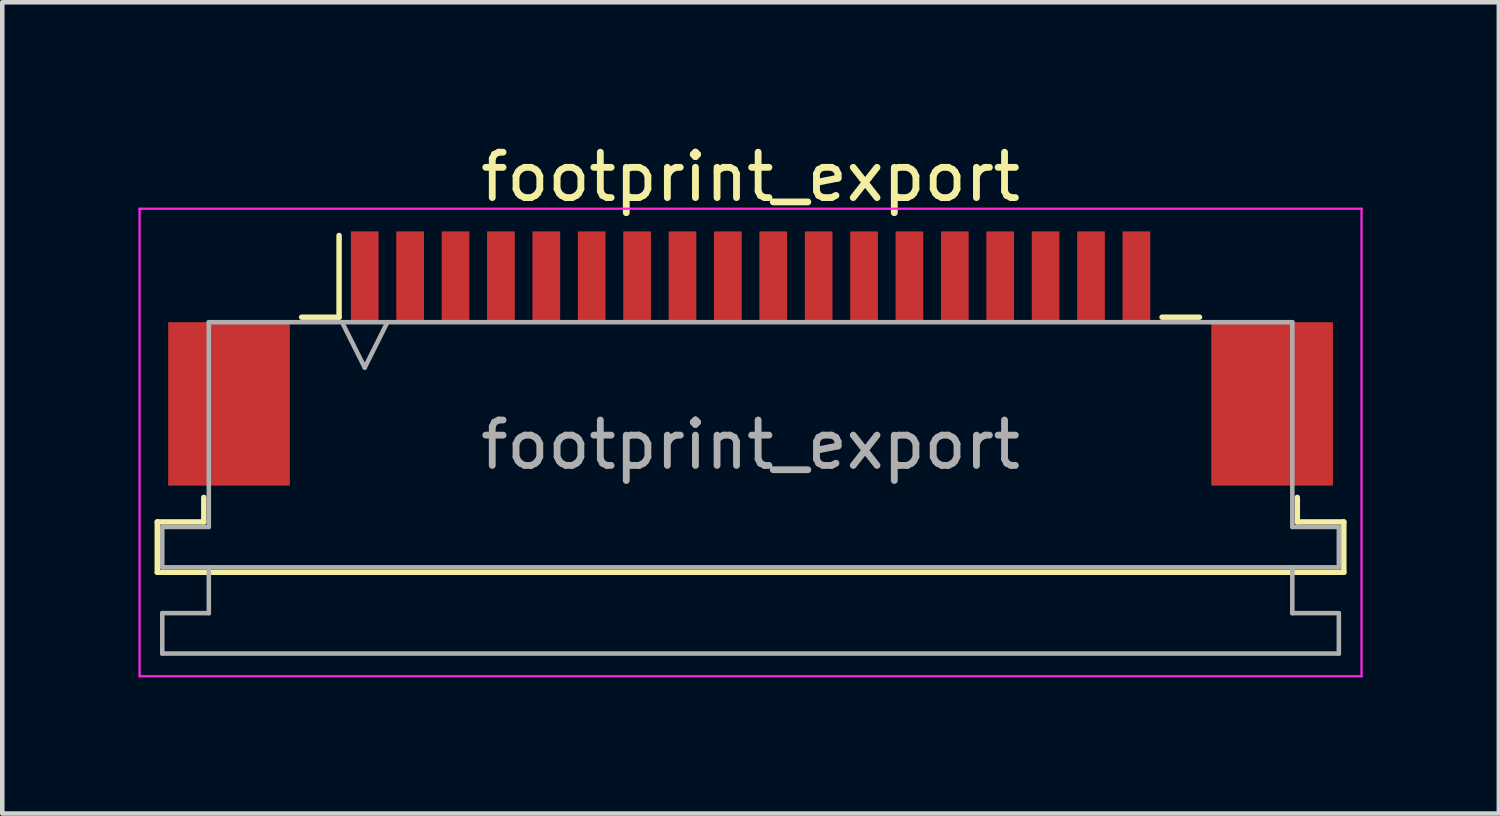
<source format=kicad_pcb>
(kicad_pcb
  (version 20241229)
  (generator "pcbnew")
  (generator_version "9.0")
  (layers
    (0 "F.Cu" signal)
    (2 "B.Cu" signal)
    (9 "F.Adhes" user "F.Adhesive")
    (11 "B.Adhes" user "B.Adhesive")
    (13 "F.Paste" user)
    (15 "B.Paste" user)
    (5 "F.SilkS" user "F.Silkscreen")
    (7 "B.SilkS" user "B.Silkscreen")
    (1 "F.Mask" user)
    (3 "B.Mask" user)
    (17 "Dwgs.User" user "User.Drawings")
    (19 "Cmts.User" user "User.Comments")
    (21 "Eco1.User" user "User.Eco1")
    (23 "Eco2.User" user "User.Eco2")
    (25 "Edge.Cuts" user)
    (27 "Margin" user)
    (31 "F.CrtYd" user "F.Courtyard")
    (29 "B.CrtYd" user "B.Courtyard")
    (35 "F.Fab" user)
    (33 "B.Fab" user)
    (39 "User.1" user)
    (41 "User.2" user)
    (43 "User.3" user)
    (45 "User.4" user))
  (footprint "footprint_export"
    (layer "F.Cu")
    (at 13.485 4.848)
    (property "Reference" "footprint_export" (at 0 -4 0) (layer "F.SilkS") (effects (font (size 1 1) (thickness 0.15))))
    (attr smd)
    (fp_line (start -13.07 3.6) (end -12.045 3.6) (stroke (width 0.12) (type solid)) (layer "F.SilkS"))
    (fp_line (start -13.07 4.71) (end -13.07 3.6) (stroke (width 0.12) (type solid)) (layer "F.SilkS"))
    (fp_line (start -12.045 3.6) (end -12.045 3.06) (stroke (width 0.12) (type solid)) (layer "F.SilkS"))
    (fp_line (start -9.89 -0.91) (end -9.065 -0.91) (stroke (width 0.12) (type solid)) (layer "F.SilkS"))
    (fp_line (start -9.065 -0.91) (end -9.065 -2.71) (stroke (width 0.12) (type solid)) (layer "F.SilkS"))
    (fp_line (start 9.065 -0.91) (end 9.89 -0.91) (stroke (width 0.12) (type solid)) (layer "F.SilkS"))
    (fp_line (start 12.045 3.06) (end 12.045 3.6) (stroke (width 0.12) (type solid)) (layer "F.SilkS"))
    (fp_line (start 12.045 3.6) (end 13.07 3.6) (stroke (width 0.12) (type solid)) (layer "F.SilkS"))
    (fp_line (start 13.07 3.6) (end 13.07 4.71) (stroke (width 0.12) (type solid)) (layer "F.SilkS"))
    (fp_line (start 13.07 4.71) (end -13.07 4.71) (stroke (width 0.12) (type solid)) (layer "F.SilkS"))
    (fp_line (start -13.46 -3.3) (end -13.46 7) (stroke (width 0.05) (type solid)) (layer "F.CrtYd"))
    (fp_line (start -13.46 7) (end 13.46 7) (stroke (width 0.05) (type solid)) (layer "F.CrtYd"))
    (fp_line (start 13.46 -3.3) (end -13.46 -3.3) (stroke (width 0.05) (type solid)) (layer "F.CrtYd"))
    (fp_line (start 13.46 7) (end 13.46 -3.3) (stroke (width 0.05) (type solid)) (layer "F.CrtYd"))
    (fp_line (start -12.96 3.71) (end -11.935 3.71) (stroke (width 0.1) (type solid)) (layer "F.Fab"))
    (fp_line (start -12.96 4.6) (end -12.96 3.71) (stroke (width 0.1) (type solid)) (layer "F.Fab"))
    (fp_line (start -12.96 5.61) (end -11.935 5.61) (stroke (width 0.1) (type solid)) (layer "F.Fab"))
    (fp_line (start -12.96 6.5) (end -12.96 5.61) (stroke (width 0.1) (type solid)) (layer "F.Fab"))
    (fp_line (start -11.935 -0.8) (end 11.935 -0.8) (stroke (width 0.1) (type solid)) (layer "F.Fab"))
    (fp_line (start -11.935 3.71) (end -11.935 -0.8) (stroke (width 0.1) (type solid)) (layer "F.Fab"))
    (fp_line (start -11.935 5.61) (end -11.935 4.6) (stroke (width 0.1) (type solid)) (layer "F.Fab"))
    (fp_line (start -9 -0.8) (end -8.5 0.2) (stroke (width 0.1) (type solid)) (layer "F.Fab"))
    (fp_line (start -8.5 0.2) (end -8 -0.8) (stroke (width 0.1) (type solid)) (layer "F.Fab"))
    (fp_line (start 11.935 -0.8) (end 11.935 3.71) (stroke (width 0.1) (type solid)) (layer "F.Fab"))
    (fp_line (start 11.935 3.71) (end 12.96 3.71) (stroke (width 0.1) (type solid)) (layer "F.Fab"))
    (fp_line (start 11.935 4.6) (end 11.935 5.61) (stroke (width 0.1) (type solid)) (layer "F.Fab"))
    (fp_line (start 11.935 5.61) (end 12.96 5.61) (stroke (width 0.1) (type solid)) (layer "F.Fab"))
    (fp_line (start 12.96 3.71) (end 12.96 4.6) (stroke (width 0.1) (type solid)) (layer "F.Fab"))
    (fp_line (start 12.96 4.6) (end -12.96 4.6) (stroke (width 0.1) (type solid)) (layer "F.Fab"))
    (fp_line (start 12.96 5.61) (end 12.96 6.5) (stroke (width 0.1) (type solid)) (layer "F.Fab"))
    (fp_line (start 12.96 6.5) (end -12.96 6.5) (stroke (width 0.1) (type solid)) (layer "F.Fab"))
    (fp_text user "${REFERENCE}" (at 0 1.9 0) (layer "F.Fab") (effects (font (size 1 1) (thickness 0.15))))
    (pad "1" smd rect (at -8.5 -1.8) (size 0.61 2) (layers "F.Cu" "F.Mask" "F.Paste"))
    (pad "2" smd rect (at -7.5 -1.8) (size 0.61 2) (layers "F.Cu" "F.Mask" "F.Paste"))
    (pad "3" smd rect (at -6.5 -1.8) (size 0.61 2) (layers "F.Cu" "F.Mask" "F.Paste"))
    (pad "4" smd rect (at -5.5 -1.8) (size 0.61 2) (layers "F.Cu" "F.Mask" "F.Paste"))
    (pad "5" smd rect (at -4.5 -1.8) (size 0.61 2) (layers "F.Cu" "F.Mask" "F.Paste"))
    (pad "6" smd rect (at -3.5 -1.8) (size 0.61 2) (layers "F.Cu" "F.Mask" "F.Paste"))
    (pad "7" smd rect (at -2.5 -1.8) (size 0.61 2) (layers "F.Cu" "F.Mask" "F.Paste"))
    (pad "8" smd rect (at -1.5 -1.8) (size 0.61 2) (layers "F.Cu" "F.Mask" "F.Paste"))
    (pad "9" smd rect (at -0.5 -1.8) (size 0.61 2) (layers "F.Cu" "F.Mask" "F.Paste"))
    (pad "10" smd rect (at 0.5 -1.8) (size 0.61 2) (layers "F.Cu" "F.Mask" "F.Paste"))
    (pad "11" smd rect (at 1.5 -1.8) (size 0.61 2) (layers "F.Cu" "F.Mask" "F.Paste"))
    (pad "12" smd rect (at 2.5 -1.8) (size 0.61 2) (layers "F.Cu" "F.Mask" "F.Paste"))
    (pad "13" smd rect (at 3.5 -1.8) (size 0.61 2) (layers "F.Cu" "F.Mask" "F.Paste"))
    (pad "14" smd rect (at 4.5 -1.8) (size 0.61 2) (layers "F.Cu" "F.Mask" "F.Paste"))
    (pad "15" smd rect (at 5.5 -1.8) (size 0.61 2) (layers "F.Cu" "F.Mask" "F.Paste"))
    (pad "16" smd rect (at 6.5 -1.8) (size 0.61 2) (layers "F.Cu" "F.Mask" "F.Paste"))
    (pad "17" smd rect (at 7.5 -1.8) (size 0.61 2) (layers "F.Cu" "F.Mask" "F.Paste"))
    (pad "18" smd rect (at 8.5 -1.8) (size 0.61 2) (layers "F.Cu" "F.Mask" "F.Paste"))
    (pad "MP" smd rect (at -11.49 1) (size 2.68 3.6) (layers "F.Cu" "F.Mask" "F.Paste"))
    (pad "MP" smd rect (at 11.49 1) (size 2.68 3.6) (layers "F.Cu" "F.Mask" "F.Paste")))
  (gr_rect
    (start -3 -3)
    (end 29.97 14.873)
    (stroke (width 0.1) (type default))
    (fill no)
    (layer "Edge.Cuts")))
</source>
